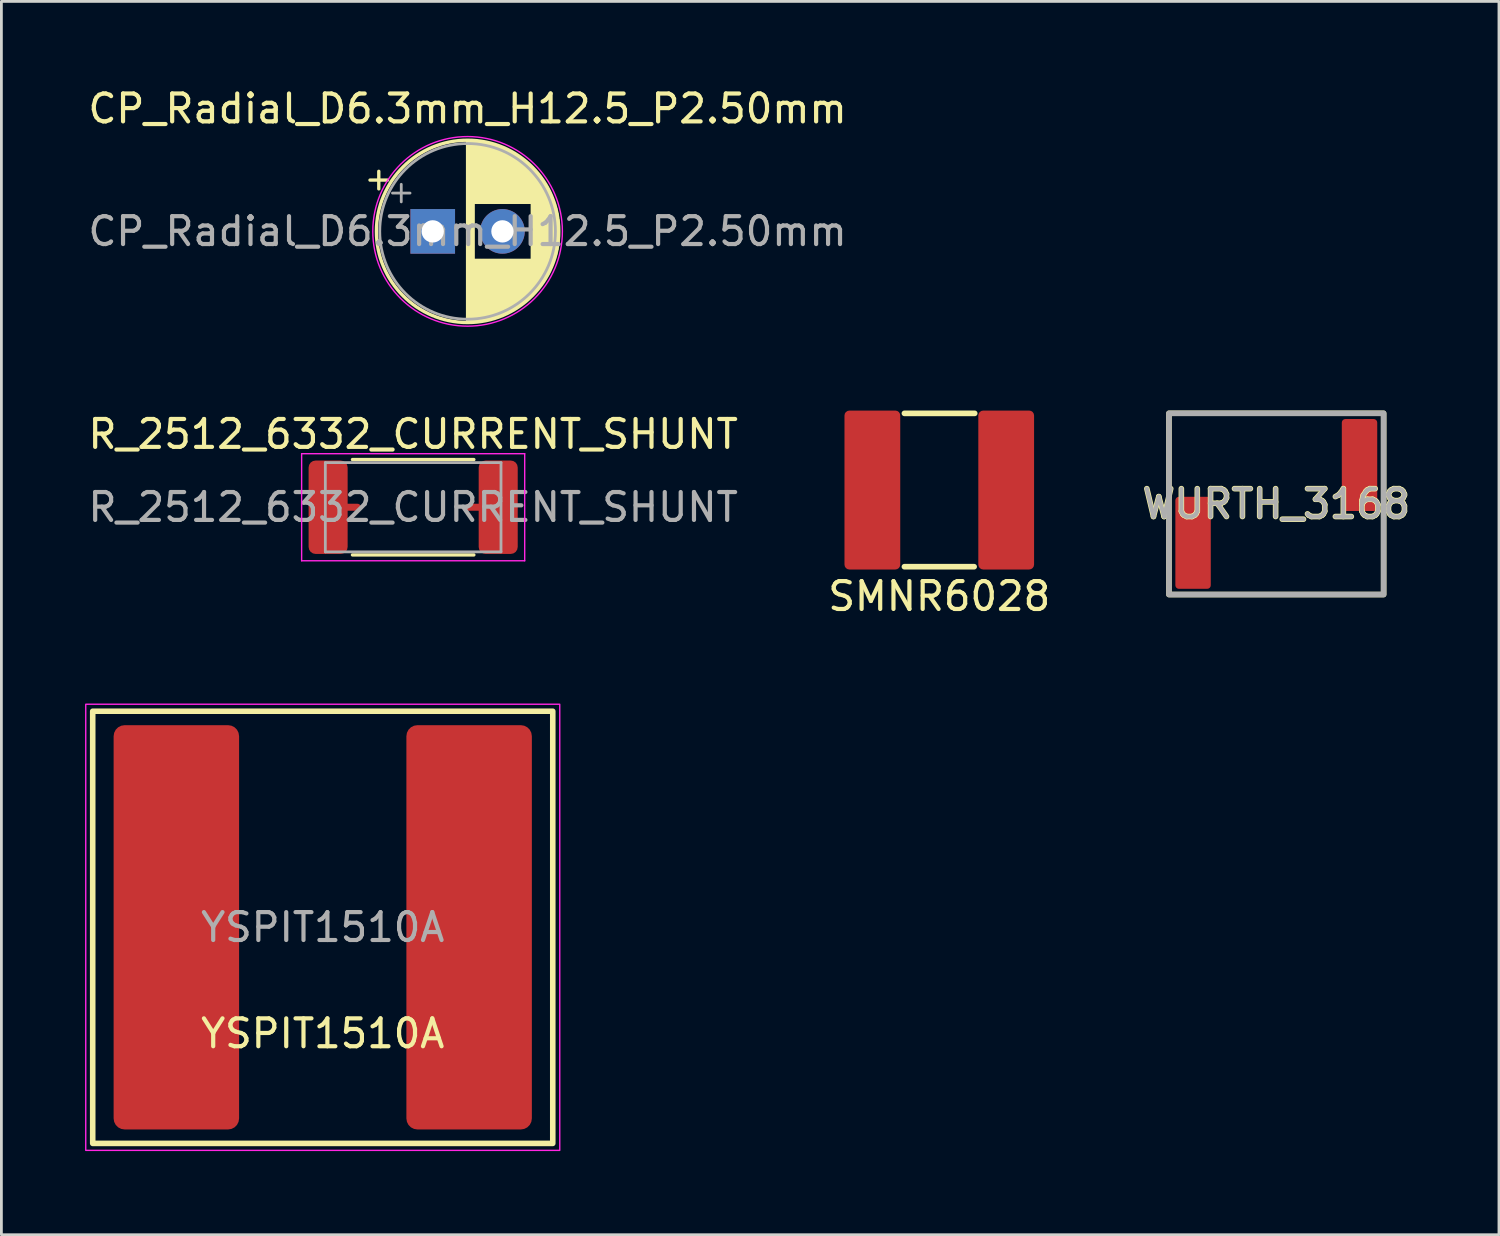
<source format=kicad_pcb>
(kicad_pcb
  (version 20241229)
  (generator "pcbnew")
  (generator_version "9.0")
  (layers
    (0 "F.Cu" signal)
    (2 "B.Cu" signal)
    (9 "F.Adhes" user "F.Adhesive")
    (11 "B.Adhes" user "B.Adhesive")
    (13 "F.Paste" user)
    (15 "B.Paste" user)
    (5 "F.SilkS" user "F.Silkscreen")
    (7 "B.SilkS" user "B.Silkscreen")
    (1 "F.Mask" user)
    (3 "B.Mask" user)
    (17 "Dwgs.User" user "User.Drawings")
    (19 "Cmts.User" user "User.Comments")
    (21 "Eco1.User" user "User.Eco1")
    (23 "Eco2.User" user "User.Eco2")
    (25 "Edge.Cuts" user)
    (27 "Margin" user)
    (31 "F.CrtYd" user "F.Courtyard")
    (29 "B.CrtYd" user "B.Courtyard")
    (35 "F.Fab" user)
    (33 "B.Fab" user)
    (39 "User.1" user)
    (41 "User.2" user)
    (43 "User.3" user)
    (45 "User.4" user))
  (footprint "CP_Radial_D6.3mm_H12.5_P2.50mm"
    (layer "F.Cu")
    (at 12.47 5.248)
    (property "Reference" "CP_Radial_D6.3mm_H12.5_P2.50mm" (at 1.25 -4.4 0) (layer "F.SilkS") (effects (font (size 1 1) (thickness 0.15))))
    (attr through_hole)
    (fp_line (start -2.25 -1.839) (end -1.62 -1.839) (stroke (width 0.12) (type solid)) (layer "F.SilkS"))
    (fp_line (start -1.935 -2.154) (end -1.935 -1.524) (stroke (width 0.12) (type solid)) (layer "F.SilkS"))
    (fp_line (start 1.25 -3.23) (end 1.25 3.23) (stroke (width 0.12) (type solid)) (layer "F.SilkS"))
    (fp_line (start 1.29 -3.23) (end 1.29 3.23) (stroke (width 0.12) (type solid)) (layer "F.SilkS"))
    (fp_line (start 1.33 -3.23) (end 1.33 3.23) (stroke (width 0.12) (type solid)) (layer "F.SilkS"))
    (fp_line (start 1.37 -3.228) (end 1.37 3.228) (stroke (width 0.12) (type solid)) (layer "F.SilkS"))
    (fp_line (start 1.41 -3.227) (end 1.41 3.227) (stroke (width 0.12) (type solid)) (layer "F.SilkS"))
    (fp_line (start 1.45 -3.224) (end 1.45 3.224) (stroke (width 0.12) (type solid)) (layer "F.SilkS"))
    (fp_line (start 1.49 -3.222) (end 1.49 -1.04) (stroke (width 0.12) (type solid)) (layer "F.SilkS"))
    (fp_line (start 1.49 1.04) (end 1.49 3.222) (stroke (width 0.12) (type solid)) (layer "F.SilkS"))
    (fp_line (start 1.53 -3.218) (end 1.53 -1.04) (stroke (width 0.12) (type solid)) (layer "F.SilkS"))
    (fp_line (start 1.53 1.04) (end 1.53 3.218) (stroke (width 0.12) (type solid)) (layer "F.SilkS"))
    (fp_line (start 1.57 -3.215) (end 1.57 -1.04) (stroke (width 0.12) (type solid)) (layer "F.SilkS"))
    (fp_line (start 1.57 1.04) (end 1.57 3.215) (stroke (width 0.12) (type solid)) (layer "F.SilkS"))
    (fp_line (start 1.61 -3.211) (end 1.61 -1.04) (stroke (width 0.12) (type solid)) (layer "F.SilkS"))
    (fp_line (start 1.61 1.04) (end 1.61 3.211) (stroke (width 0.12) (type solid)) (layer "F.SilkS"))
    (fp_line (start 1.65 -3.206) (end 1.65 -1.04) (stroke (width 0.12) (type solid)) (layer "F.SilkS"))
    (fp_line (start 1.65 1.04) (end 1.65 3.206) (stroke (width 0.12) (type solid)) (layer "F.SilkS"))
    (fp_line (start 1.69 -3.201) (end 1.69 -1.04) (stroke (width 0.12) (type solid)) (layer "F.SilkS"))
    (fp_line (start 1.69 1.04) (end 1.69 3.201) (stroke (width 0.12) (type solid)) (layer "F.SilkS"))
    (fp_line (start 1.73 -3.195) (end 1.73 -1.04) (stroke (width 0.12) (type solid)) (layer "F.SilkS"))
    (fp_line (start 1.73 1.04) (end 1.73 3.195) (stroke (width 0.12) (type solid)) (layer "F.SilkS"))
    (fp_line (start 1.77 -3.189) (end 1.77 -1.04) (stroke (width 0.12) (type solid)) (layer "F.SilkS"))
    (fp_line (start 1.77 1.04) (end 1.77 3.189) (stroke (width 0.12) (type solid)) (layer "F.SilkS"))
    (fp_line (start 1.81 -3.182) (end 1.81 -1.04) (stroke (width 0.12) (type solid)) (layer "F.SilkS"))
    (fp_line (start 1.81 1.04) (end 1.81 3.182) (stroke (width 0.12) (type solid)) (layer "F.SilkS"))
    (fp_line (start 1.85 -3.175) (end 1.85 -1.04) (stroke (width 0.12) (type solid)) (layer "F.SilkS"))
    (fp_line (start 1.85 1.04) (end 1.85 3.175) (stroke (width 0.12) (type solid)) (layer "F.SilkS"))
    (fp_line (start 1.89 -3.167) (end 1.89 -1.04) (stroke (width 0.12) (type solid)) (layer "F.SilkS"))
    (fp_line (start 1.89 1.04) (end 1.89 3.167) (stroke (width 0.12) (type solid)) (layer "F.SilkS"))
    (fp_line (start 1.93 -3.159) (end 1.93 -1.04) (stroke (width 0.12) (type solid)) (layer "F.SilkS"))
    (fp_line (start 1.93 1.04) (end 1.93 3.159) (stroke (width 0.12) (type solid)) (layer "F.SilkS"))
    (fp_line (start 1.971 -3.15) (end 1.971 -1.04) (stroke (width 0.12) (type solid)) (layer "F.SilkS"))
    (fp_line (start 1.971 1.04) (end 1.971 3.15) (stroke (width 0.12) (type solid)) (layer "F.SilkS"))
    (fp_line (start 2.011 -3.141) (end 2.011 -1.04) (stroke (width 0.12) (type solid)) (layer "F.SilkS"))
    (fp_line (start 2.011 1.04) (end 2.011 3.141) (stroke (width 0.12) (type solid)) (layer "F.SilkS"))
    (fp_line (start 2.051 -3.131) (end 2.051 -1.04) (stroke (width 0.12) (type solid)) (layer "F.SilkS"))
    (fp_line (start 2.051 1.04) (end 2.051 3.131) (stroke (width 0.12) (type solid)) (layer "F.SilkS"))
    (fp_line (start 2.091 -3.121) (end 2.091 -1.04) (stroke (width 0.12) (type solid)) (layer "F.SilkS"))
    (fp_line (start 2.091 1.04) (end 2.091 3.121) (stroke (width 0.12) (type solid)) (layer "F.SilkS"))
    (fp_line (start 2.131 -3.11) (end 2.131 -1.04) (stroke (width 0.12) (type solid)) (layer "F.SilkS"))
    (fp_line (start 2.131 1.04) (end 2.131 3.11) (stroke (width 0.12) (type solid)) (layer "F.SilkS"))
    (fp_line (start 2.171 -3.098) (end 2.171 -1.04) (stroke (width 0.12) (type solid)) (layer "F.SilkS"))
    (fp_line (start 2.171 1.04) (end 2.171 3.098) (stroke (width 0.12) (type solid)) (layer "F.SilkS"))
    (fp_line (start 2.211 -3.086) (end 2.211 -1.04) (stroke (width 0.12) (type solid)) (layer "F.SilkS"))
    (fp_line (start 2.211 1.04) (end 2.211 3.086) (stroke (width 0.12) (type solid)) (layer "F.SilkS"))
    (fp_line (start 2.251 -3.074) (end 2.251 -1.04) (stroke (width 0.12) (type solid)) (layer "F.SilkS"))
    (fp_line (start 2.251 1.04) (end 2.251 3.074) (stroke (width 0.12) (type solid)) (layer "F.SilkS"))
    (fp_line (start 2.291 -3.061) (end 2.291 -1.04) (stroke (width 0.12) (type solid)) (layer "F.SilkS"))
    (fp_line (start 2.291 1.04) (end 2.291 3.061) (stroke (width 0.12) (type solid)) (layer "F.SilkS"))
    (fp_line (start 2.331 -3.047) (end 2.331 -1.04) (stroke (width 0.12) (type solid)) (layer "F.SilkS"))
    (fp_line (start 2.331 1.04) (end 2.331 3.047) (stroke (width 0.12) (type solid)) (layer "F.SilkS"))
    (fp_line (start 2.371 -3.033) (end 2.371 -1.04) (stroke (width 0.12) (type solid)) (layer "F.SilkS"))
    (fp_line (start 2.371 1.04) (end 2.371 3.033) (stroke (width 0.12) (type solid)) (layer "F.SilkS"))
    (fp_line (start 2.411 -3.018) (end 2.411 -1.04) (stroke (width 0.12) (type solid)) (layer "F.SilkS"))
    (fp_line (start 2.411 1.04) (end 2.411 3.018) (stroke (width 0.12) (type solid)) (layer "F.SilkS"))
    (fp_line (start 2.451 -3.002) (end 2.451 -1.04) (stroke (width 0.12) (type solid)) (layer "F.SilkS"))
    (fp_line (start 2.451 1.04) (end 2.451 3.002) (stroke (width 0.12) (type solid)) (layer "F.SilkS"))
    (fp_line (start 2.491 -2.986) (end 2.491 -1.04) (stroke (width 0.12) (type solid)) (layer "F.SilkS"))
    (fp_line (start 2.491 1.04) (end 2.491 2.986) (stroke (width 0.12) (type solid)) (layer "F.SilkS"))
    (fp_line (start 2.531 -2.97) (end 2.531 -1.04) (stroke (width 0.12) (type solid)) (layer "F.SilkS"))
    (fp_line (start 2.531 1.04) (end 2.531 2.97) (stroke (width 0.12) (type solid)) (layer "F.SilkS"))
    (fp_line (start 2.571 -2.952) (end 2.571 -1.04) (stroke (width 0.12) (type solid)) (layer "F.SilkS"))
    (fp_line (start 2.571 1.04) (end 2.571 2.952) (stroke (width 0.12) (type solid)) (layer "F.SilkS"))
    (fp_line (start 2.611 -2.934) (end 2.611 -1.04) (stroke (width 0.12) (type solid)) (layer "F.SilkS"))
    (fp_line (start 2.611 1.04) (end 2.611 2.934) (stroke (width 0.12) (type solid)) (layer "F.SilkS"))
    (fp_line (start 2.651 -2.916) (end 2.651 -1.04) (stroke (width 0.12) (type solid)) (layer "F.SilkS"))
    (fp_line (start 2.651 1.04) (end 2.651 2.916) (stroke (width 0.12) (type solid)) (layer "F.SilkS"))
    (fp_line (start 2.691 -2.896) (end 2.691 -1.04) (stroke (width 0.12) (type solid)) (layer "F.SilkS"))
    (fp_line (start 2.691 1.04) (end 2.691 2.896) (stroke (width 0.12) (type solid)) (layer "F.SilkS"))
    (fp_line (start 2.731 -2.876) (end 2.731 -1.04) (stroke (width 0.12) (type solid)) (layer "F.SilkS"))
    (fp_line (start 2.731 1.04) (end 2.731 2.876) (stroke (width 0.12) (type solid)) (layer "F.SilkS"))
    (fp_line (start 2.771 -2.856) (end 2.771 -1.04) (stroke (width 0.12) (type solid)) (layer "F.SilkS"))
    (fp_line (start 2.771 1.04) (end 2.771 2.856) (stroke (width 0.12) (type solid)) (layer "F.SilkS"))
    (fp_line (start 2.811 -2.834) (end 2.811 -1.04) (stroke (width 0.12) (type solid)) (layer "F.SilkS"))
    (fp_line (start 2.811 1.04) (end 2.811 2.834) (stroke (width 0.12) (type solid)) (layer "F.SilkS"))
    (fp_line (start 2.851 -2.812) (end 2.851 -1.04) (stroke (width 0.12) (type solid)) (layer "F.SilkS"))
    (fp_line (start 2.851 1.04) (end 2.851 2.812) (stroke (width 0.12) (type solid)) (layer "F.SilkS"))
    (fp_line (start 2.891 -2.79) (end 2.891 -1.04) (stroke (width 0.12) (type solid)) (layer "F.SilkS"))
    (fp_line (start 2.891 1.04) (end 2.891 2.79) (stroke (width 0.12) (type solid)) (layer "F.SilkS"))
    (fp_line (start 2.931 -2.766) (end 2.931 -1.04) (stroke (width 0.12) (type solid)) (layer "F.SilkS"))
    (fp_line (start 2.931 1.04) (end 2.931 2.766) (stroke (width 0.12) (type solid)) (layer "F.SilkS"))
    (fp_line (start 2.971 -2.742) (end 2.971 -1.04) (stroke (width 0.12) (type solid)) (layer "F.SilkS"))
    (fp_line (start 2.971 1.04) (end 2.971 2.742) (stroke (width 0.12) (type solid)) (layer "F.SilkS"))
    (fp_line (start 3.011 -2.716) (end 3.011 -1.04) (stroke (width 0.12) (type solid)) (layer "F.SilkS"))
    (fp_line (start 3.011 1.04) (end 3.011 2.716) (stroke (width 0.12) (type solid)) (layer "F.SilkS"))
    (fp_line (start 3.051 -2.69) (end 3.051 -1.04) (stroke (width 0.12) (type solid)) (layer "F.SilkS"))
    (fp_line (start 3.051 1.04) (end 3.051 2.69) (stroke (width 0.12) (type solid)) (layer "F.SilkS"))
    (fp_line (start 3.091 -2.664) (end 3.091 -1.04) (stroke (width 0.12) (type solid)) (layer "F.SilkS"))
    (fp_line (start 3.091 1.04) (end 3.091 2.664) (stroke (width 0.12) (type solid)) (layer "F.SilkS"))
    (fp_line (start 3.131 -2.636) (end 3.131 -1.04) (stroke (width 0.12) (type solid)) (layer "F.SilkS"))
    (fp_line (start 3.131 1.04) (end 3.131 2.636) (stroke (width 0.12) (type solid)) (layer "F.SilkS"))
    (fp_line (start 3.171 -2.607) (end 3.171 -1.04) (stroke (width 0.12) (type solid)) (layer "F.SilkS"))
    (fp_line (start 3.171 1.04) (end 3.171 2.607) (stroke (width 0.12) (type solid)) (layer "F.SilkS"))
    (fp_line (start 3.211 -2.578) (end 3.211 -1.04) (stroke (width 0.12) (type solid)) (layer "F.SilkS"))
    (fp_line (start 3.211 1.04) (end 3.211 2.578) (stroke (width 0.12) (type solid)) (layer "F.SilkS"))
    (fp_line (start 3.251 -2.548) (end 3.251 -1.04) (stroke (width 0.12) (type solid)) (layer "F.SilkS"))
    (fp_line (start 3.251 1.04) (end 3.251 2.548) (stroke (width 0.12) (type solid)) (layer "F.SilkS"))
    (fp_line (start 3.291 -2.516) (end 3.291 -1.04) (stroke (width 0.12) (type solid)) (layer "F.SilkS"))
    (fp_line (start 3.291 1.04) (end 3.291 2.516) (stroke (width 0.12) (type solid)) (layer "F.SilkS"))
    (fp_line (start 3.331 -2.484) (end 3.331 -1.04) (stroke (width 0.12) (type solid)) (layer "F.SilkS"))
    (fp_line (start 3.331 1.04) (end 3.331 2.484) (stroke (width 0.12) (type solid)) (layer "F.SilkS"))
    (fp_line (start 3.371 -2.45) (end 3.371 -1.04) (stroke (width 0.12) (type solid)) (layer "F.SilkS"))
    (fp_line (start 3.371 1.04) (end 3.371 2.45) (stroke (width 0.12) (type solid)) (layer "F.SilkS"))
    (fp_line (start 3.411 -2.416) (end 3.411 -1.04) (stroke (width 0.12) (type solid)) (layer "F.SilkS"))
    (fp_line (start 3.411 1.04) (end 3.411 2.416) (stroke (width 0.12) (type solid)) (layer "F.SilkS"))
    (fp_line (start 3.451 -2.38) (end 3.451 -1.04) (stroke (width 0.12) (type solid)) (layer "F.SilkS"))
    (fp_line (start 3.451 1.04) (end 3.451 2.38) (stroke (width 0.12) (type solid)) (layer "F.SilkS"))
    (fp_line (start 3.491 -2.343) (end 3.491 -1.04) (stroke (width 0.12) (type solid)) (layer "F.SilkS"))
    (fp_line (start 3.491 1.04) (end 3.491 2.343) (stroke (width 0.12) (type solid)) (layer "F.SilkS"))
    (fp_line (start 3.531 -2.305) (end 3.531 -1.04) (stroke (width 0.12) (type solid)) (layer "F.SilkS"))
    (fp_line (start 3.531 1.04) (end 3.531 2.305) (stroke (width 0.12) (type solid)) (layer "F.SilkS"))
    (fp_line (start 3.571 -2.265) (end 3.571 2.265) (stroke (width 0.12) (type solid)) (layer "F.SilkS"))
    (fp_line (start 3.611 -2.224) (end 3.611 2.224) (stroke (width 0.12) (type solid)) (layer "F.SilkS"))
    (fp_line (start 3.651 -2.182) (end 3.651 2.182) (stroke (width 0.12) (type solid)) (layer "F.SilkS"))
    (fp_line (start 3.691 -2.137) (end 3.691 2.137) (stroke (width 0.12) (type solid)) (layer "F.SilkS"))
    (fp_line (start 3.731 -2.092) (end 3.731 2.092) (stroke (width 0.12) (type solid)) (layer "F.SilkS"))
    (fp_line (start 3.771 -2.044) (end 3.771 2.044) (stroke (width 0.12) (type solid)) (layer "F.SilkS"))
    (fp_line (start 3.811 -1.995) (end 3.811 1.995) (stroke (width 0.12) (type solid)) (layer "F.SilkS"))
    (fp_line (start 3.851 -1.944) (end 3.851 1.944) (stroke (width 0.12) (type solid)) (layer "F.SilkS"))
    (fp_line (start 3.891 -1.89) (end 3.891 1.89) (stroke (width 0.12) (type solid)) (layer "F.SilkS"))
    (fp_line (start 3.931 -1.834) (end 3.931 1.834) (stroke (width 0.12) (type solid)) (layer "F.SilkS"))
    (fp_line (start 3.971 -1.776) (end 3.971 1.776) (stroke (width 0.12) (type solid)) (layer "F.SilkS"))
    (fp_line (start 4.011 -1.714) (end 4.011 1.714) (stroke (width 0.12) (type solid)) (layer "F.SilkS"))
    (fp_line (start 4.051 -1.65) (end 4.051 1.65) (stroke (width 0.12) (type solid)) (layer "F.SilkS"))
    (fp_line (start 4.091 -1.581) (end 4.091 1.581) (stroke (width 0.12) (type solid)) (layer "F.SilkS"))
    (fp_line (start 4.131 -1.509) (end 4.131 1.509) (stroke (width 0.12) (type solid)) (layer "F.SilkS"))
    (fp_line (start 4.171 -1.432) (end 4.171 1.432) (stroke (width 0.12) (type solid)) (layer "F.SilkS"))
    (fp_line (start 4.211 -1.35) (end 4.211 1.35) (stroke (width 0.12) (type solid)) (layer "F.SilkS"))
    (fp_line (start 4.251 -1.262) (end 4.251 1.262) (stroke (width 0.12) (type solid)) (layer "F.SilkS"))
    (fp_line (start 4.291 -1.165) (end 4.291 1.165) (stroke (width 0.12) (type solid)) (layer "F.SilkS"))
    (fp_line (start 4.331 -1.059) (end 4.331 1.059) (stroke (width 0.12) (type solid)) (layer "F.SilkS"))
    (fp_line (start 4.371 -0.94) (end 4.371 0.94) (stroke (width 0.12) (type solid)) (layer "F.SilkS"))
    (fp_line (start 4.411 -0.802) (end 4.411 0.802) (stroke (width 0.12) (type solid)) (layer "F.SilkS"))
    (fp_line (start 4.451 -0.633) (end 4.451 0.633) (stroke (width 0.12) (type solid)) (layer "F.SilkS"))
    (fp_line (start 4.491 -0.402) (end 4.491 0.402) (stroke (width 0.12) (type solid)) (layer "F.SilkS"))
    (fp_circle (center 1.25 0) (end 4.52 0) (stroke (width 0.12) (type solid)) (fill no) (layer "F.SilkS"))
    (fp_circle (center 1.25 0) (end 4.65 0) (stroke (width 0.05) (type solid)) (fill no) (layer "F.CrtYd"))
    (fp_line (start -1.444 -1.373) (end -0.814 -1.373) (stroke (width 0.1) (type solid)) (layer "F.Fab"))
    (fp_line (start -1.129 -1.688) (end -1.129 -1.058) (stroke (width 0.1) (type solid)) (layer "F.Fab"))
    (fp_circle (center 1.25 0) (end 4.4 0) (stroke (width 0.1) (type solid)) (fill no) (layer "F.Fab"))
    (fp_text user "${REFERENCE}" (at 1.25 0 0) (layer "F.Fab") (effects (font (size 1 1) (thickness 0.15))))
    (pad "1" thru_hole rect (at 0 0) (size 1.6 1.6) (drill 0.8) (layers "*.Cu" "*.Mask"))
    (pad "2" thru_hole circle (at 2.5 0) (size 1.6 1.6) (drill 0.8) (layers "*.Cu" "*.Mask")))
  (footprint "WURTH_3168"
    (layer "F.Cu")
    (at 42.724 15.023)
    (property "Reference" "WURTH_3168" (at 0 0 0) (unlocked yes) (layer "F.SilkS") (effects (font (size 1 1) (thickness 0.2) (bold yes))))
    (attr smd)
    (fp_rect (start -3.85 -3.25) (end 3.85 3.25) (stroke (width 0.2) (type default)) (fill no) (layer "F.SilkS"))
    (fp_rect (start -3.85 -3.25) (end 3.85 3.25) (stroke (width 0.2) (type default)) (fill no) (layer "F.Fab"))
    (fp_text user "${REFERENCE}" (at 0 0 0) (unlocked yes) (layer "F.Fab") (effects (font (size 1 1) (thickness 0.15))))
    (pad "1" smd roundrect (at -2.985 1.395 90) (size 3.3 1.27) (layers "F.Cu" "F.Mask" "F.Paste") (roundrect_rratio 0.1))
    (pad "2" smd roundrect (at 2.985 -1.395 90) (size 3.3 1.27) (layers "F.Cu" "F.Mask" "F.Paste") (roundrect_rratio 0.1)))
  (footprint "R_2512_6332_CURRENT_SHUNT"
    (layer "F.Cu")
    (at 11.768 15.142)
    (property "Reference" "R_2512_6332_CURRENT_SHUNT" (at 0 -2.62 0) (layer "F.SilkS") (effects (font (size 1 1) (thickness 0.15))))
    (attr smd exclude_from_pos_files)
    (fp_line (start -2.177 -1.71) (end 2.177 -1.71) (stroke (width 0.12) (type solid)) (layer "F.SilkS"))
    (fp_line (start -2.177 1.71) (end 2.177 1.71) (stroke (width 0.12) (type solid)) (layer "F.SilkS"))
    (fp_line (start -4 -1.92) (end 4 -1.92) (stroke (width 0.05) (type solid)) (layer "F.CrtYd"))
    (fp_line (start -4 1.92) (end -4 -1.92) (stroke (width 0.05) (type solid)) (layer "F.CrtYd"))
    (fp_line (start 4 -1.92) (end 4 1.92) (stroke (width 0.05) (type solid)) (layer "F.CrtYd"))
    (fp_line (start 4 1.92) (end -4 1.92) (stroke (width 0.05) (type solid)) (layer "F.CrtYd"))
    (fp_line (start -3.15 -1.6) (end 3.15 -1.6) (stroke (width 0.1) (type solid)) (layer "F.Fab"))
    (fp_line (start -3.15 1.6) (end -3.15 -1.6) (stroke (width 0.1) (type solid)) (layer "F.Fab"))
    (fp_line (start 3.15 -1.6) (end 3.15 1.6) (stroke (width 0.1) (type solid)) (layer "F.Fab"))
    (fp_line (start 3.15 1.6) (end -3.15 1.6) (stroke (width 0.1) (type solid)) (layer "F.Fab"))
    (fp_text user "${REFERENCE}" (at 0 0 0) (layer "F.Fab") (effects (font (size 1 1) (thickness 0.15))))
    (pad "1" smd roundrect (at -3.05 0) (size 1.4 3.35) (layers "F.Cu" "F.Mask" "F.Paste") (roundrect_rratio 0.179))
    (pad "2" smd roundrect (at 3.05 0) (size 1.4 3.35) (layers "F.Cu" "F.Mask" "F.Paste") (roundrect_rratio 0.179))
    (pad "3" smd oval (at -2.25 0) (size 0.75 0.25) (layers "F.Cu"))
    (pad "4" smd oval (at 2.25 0) (size 0.75 0.25) (layers "F.Cu")))
  (footprint "SMNR6028"
    (layer "F.Cu")
    (at 30.637 14.525)
    (property "Reference" "SMNR6028" (at 0 3.81 0) (layer "F.SilkS") (effects (font (size 1 1) (thickness 0.15))))
    (attr through_hole)
    (fp_line (start -1.25 -2.75) (end 1.27 -2.75) (stroke (width 0.203) (type solid)) (layer "F.SilkS"))
    (fp_line (start -1.25 2.75) (end 1.25 2.75) (stroke (width 0.203) (type solid)) (layer "F.SilkS"))
    (pad "1" smd roundrect (at 2.25 0) (size 2 5.7) (drill (offset 0.15 0)) (layers "F.Cu" "F.Mask" "F.Paste") (roundrect_rratio 0.088))
    (pad "2" smd roundrect (at -2.25 0 180) (size 2 5.7) (drill (offset 0.15 0)) (layers "F.Cu" "F.Mask" "F.Paste") (roundrect_rratio 0.088)))
  (footprint "YSPIT1510A"
    (layer "F.Cu")
    (at 8.525 30.208)
    (property "Reference" "YSPIT1510A" (at 0 3.81 0) (layer "F.SilkS") (effects (font (size 1 1) (thickness 0.15))))
    (attr through_hole)
    (fp_rect (start -8.25 -7.75) (end 8.25 7.75) (stroke (width 0.2) (type default)) (fill no) (layer "F.SilkS"))
    (fp_rect (start -8.5 -8) (end 8.5 8) (stroke (width 0.05) (type default)) (fill no) (layer "F.CrtYd"))
    (fp_text user "${REFERENCE}" (at 0 0 0) (layer "F.Fab") (effects (font (size 1 1) (thickness 0.15))))
    (pad "1" smd roundrect (at 5.1 0) (size 4.5 14.5) (drill (offset 0.15 0)) (layers "F.Cu" "F.Mask" "F.Paste") (roundrect_rratio 0.088))
    (pad "2" smd roundrect (at -5.1 0 180) (size 4.5 14.5) (drill (offset 0.15 0)) (layers "F.Cu" "F.Mask" "F.Paste") (roundrect_rratio 0.088)))
  (gr_rect
    (start -3 -3)
    (end 50.71 41.233)
    (stroke (width 0.1) (type default))
    (fill no)
    (layer "Edge.Cuts")))
</source>
